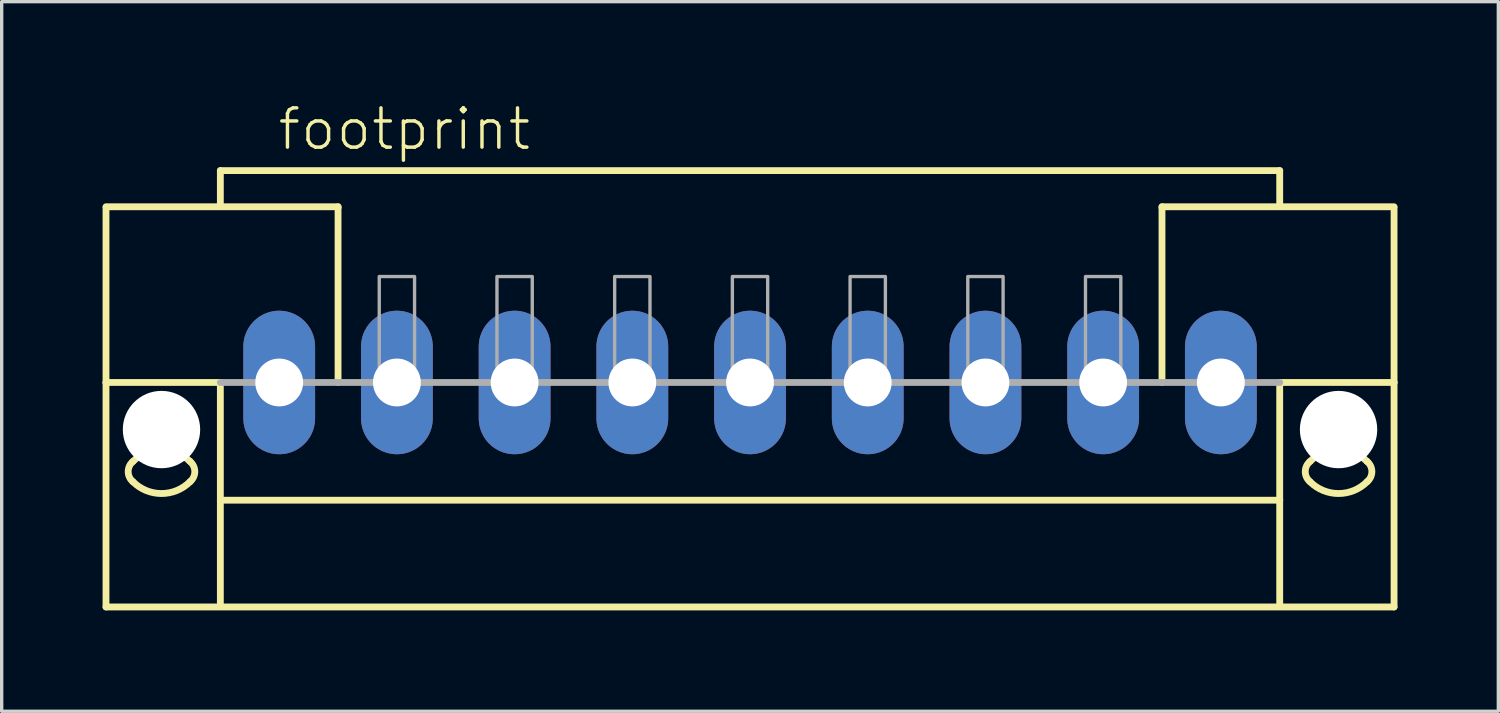
<source format=kicad_pcb>
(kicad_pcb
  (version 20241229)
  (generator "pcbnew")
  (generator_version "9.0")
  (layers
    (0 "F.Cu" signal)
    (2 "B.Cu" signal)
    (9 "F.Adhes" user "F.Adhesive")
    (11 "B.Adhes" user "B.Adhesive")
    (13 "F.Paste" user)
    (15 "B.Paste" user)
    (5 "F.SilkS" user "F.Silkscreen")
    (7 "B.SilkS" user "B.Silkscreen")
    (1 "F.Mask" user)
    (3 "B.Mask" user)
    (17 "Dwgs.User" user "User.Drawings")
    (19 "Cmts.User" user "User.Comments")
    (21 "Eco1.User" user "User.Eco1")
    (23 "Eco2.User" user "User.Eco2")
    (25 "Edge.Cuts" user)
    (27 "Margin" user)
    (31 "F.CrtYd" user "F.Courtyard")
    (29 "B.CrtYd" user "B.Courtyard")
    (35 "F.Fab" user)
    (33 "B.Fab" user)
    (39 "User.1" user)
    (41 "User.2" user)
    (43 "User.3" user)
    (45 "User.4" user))
  (footprint "footprint"
    (layer "F.Cu")
    (at 19.252 8.323)
    (property "Reference" "footprint" (at -14.1 -6.85 0) (layer "F.SilkS") (effects (font (size 1.168 1.168) (thickness 0.102)) (justify left bottom)))
    (fp_line (start -19.15 -5.225) (end -12.25 -5.225) (stroke (width 0.203) (type solid)) (layer "F.SilkS"))
    (fp_line (start -19.15 -5.2) (end -19.15 0) (stroke (width 0.203) (type solid)) (layer "F.SilkS"))
    (fp_line (start -19.15 0) (end -19.15 6.675) (stroke (width 0.203) (type solid)) (layer "F.SilkS"))
    (fp_line (start -19.15 0) (end -15.75 0) (stroke (width 0.203) (type solid)) (layer "F.SilkS"))
    (fp_line (start -19.15 6.675) (end 19.15 6.675) (stroke (width 0.203) (type solid)) (layer "F.SilkS"))
    (fp_line (start -15.75 -6.3) (end 15.75 -6.3) (stroke (width 0.203) (type solid)) (layer "F.SilkS"))
    (fp_line (start -15.75 -5.3) (end -15.75 -6.3) (stroke (width 0.203) (type solid)) (layer "F.SilkS"))
    (fp_line (start -15.75 0) (end -15.75 3.5) (stroke (width 0.203) (type solid)) (layer "F.SilkS"))
    (fp_line (start -15.75 3.5) (end 15.75 3.5) (stroke (width 0.203) (type solid)) (layer "F.SilkS"))
    (fp_line (start -15.75 6.65) (end -15.75 3.5) (stroke (width 0.203) (type solid)) (layer "F.SilkS"))
    (fp_line (start -12.25 -5.225) (end -12.25 -5.2) (stroke (width 0.203) (type solid)) (layer "F.SilkS"))
    (fp_line (start -12.25 -5.175) (end -12.25 0) (stroke (width 0.203) (type solid)) (layer "F.SilkS"))
    (fp_line (start 12.25 -5.225) (end 19.15 -5.225) (stroke (width 0.203) (type solid)) (layer "F.SilkS"))
    (fp_line (start 12.25 -5.2) (end 12.25 -5.225) (stroke (width 0.203) (type solid)) (layer "F.SilkS"))
    (fp_line (start 12.25 0) (end 12.25 -5.175) (stroke (width 0.203) (type solid)) (layer "F.SilkS"))
    (fp_line (start 15.75 -6.3) (end 15.75 -5.3) (stroke (width 0.203) (type solid)) (layer "F.SilkS"))
    (fp_line (start 15.75 3.5) (end 15.75 0) (stroke (width 0.203) (type solid)) (layer "F.SilkS"))
    (fp_line (start 15.75 6.65) (end 15.75 3.5) (stroke (width 0.203) (type solid)) (layer "F.SilkS"))
    (fp_line (start 19.15 0) (end 15.75 0) (stroke (width 0.203) (type solid)) (layer "F.SilkS"))
    (fp_line (start 19.15 0) (end 19.15 -5.2) (stroke (width 0.203) (type solid)) (layer "F.SilkS"))
    (fp_line (start 19.15 6.675) (end 19.15 0) (stroke (width 0.203) (type solid)) (layer "F.SilkS"))
    (fp_arc (start -18.35 2.35) (mid -17.5 1.997918) (end -16.65 2.35) (stroke (width 0.2032) (type solid)) (layer "F.SilkS"))
    (fp_arc (start -18.35 2.95) (mid -18.490512 2.65) (end -18.35 2.35) (stroke (width 0.2032) (type solid)) (layer "F.SilkS"))
    (fp_arc (start -16.65 2.95) (mid -17.5 3.302082) (end -18.35 2.95) (stroke (width 0.2032) (type solid)) (layer "F.SilkS"))
    (fp_arc (start -16.649999 2.350001) (mid -16.509487 2.650001) (end -16.65 2.95) (stroke (width 0.2032) (type solid)) (layer "F.SilkS"))
    (fp_arc (start 16.649999 2.949999) (mid 16.509487 2.649999) (end 16.65 2.35) (stroke (width 0.2032) (type solid)) (layer "F.SilkS"))
    (fp_arc (start 16.65 2.35) (mid 17.5 1.997918) (end 18.35 2.35) (stroke (width 0.2032) (type solid)) (layer "F.SilkS"))
    (fp_arc (start 18.35 2.35) (mid 18.490512 2.65) (end 18.35 2.95) (stroke (width 0.2032) (type solid)) (layer "F.SilkS"))
    (fp_arc (start 18.35 2.95) (mid 17.5 3.302082) (end 16.65 2.95) (stroke (width 0.2032) (type solid)) (layer "F.SilkS"))
    (fp_line (start 15.75 0) (end -15.75 0) (stroke (width 0.203) (type solid)) (layer "F.Fab"))
    (fp_poly (pts (xy -11.025 0) (xy -9.975 0) (xy -9.975 -3.15) (xy -11.025 -3.15)) (stroke (width 0.1) (type solid)) (fill no) (layer "F.Fab"))
    (fp_poly (pts (xy -7.525 0) (xy -6.475 0) (xy -6.475 -3.15) (xy -7.525 -3.15)) (stroke (width 0.1) (type solid)) (fill no) (layer "F.Fab"))
    (fp_poly (pts (xy -4.025 0) (xy -2.975 0) (xy -2.975 -3.15) (xy -4.025 -3.15)) (stroke (width 0.1) (type solid)) (fill no) (layer "F.Fab"))
    (fp_poly (pts (xy -0.525 0) (xy 0.525 0) (xy 0.525 -3.15) (xy -0.525 -3.15)) (stroke (width 0.1) (type solid)) (fill no) (layer "F.Fab"))
    (fp_poly (pts (xy 2.975 0) (xy 4.025 0) (xy 4.025 -3.15) (xy 2.975 -3.15)) (stroke (width 0.1) (type solid)) (fill no) (layer "F.Fab"))
    (fp_poly (pts (xy 6.475 0) (xy 7.525 0) (xy 7.525 -3.15) (xy 6.475 -3.15)) (stroke (width 0.1) (type solid)) (fill no) (layer "F.Fab"))
    (fp_poly (pts (xy 9.975 0) (xy 11.025 0) (xy 11.025 -3.15) (xy 9.975 -3.15)) (stroke (width 0.1) (type solid)) (fill no) (layer "F.Fab"))
    (pad "" np_thru_hole circle (at -17.5 1.4) (size 2.3 2.3) (drill 2.3) (layers "*.Cu" "*.Mask"))
    (pad "" np_thru_hole circle (at 17.5 1.4) (size 2.3 2.3) (drill 2.3) (layers "*.Cu" "*.Mask"))
    (pad "1" thru_hole oval (at -14 0 90) (size 4.267 2.134) (drill 1.422) (layers "*.Cu" "*.Mask"))
    (pad "2" thru_hole oval (at -10.5 0 90) (size 4.267 2.134) (drill 1.422) (layers "*.Cu" "*.Mask"))
    (pad "3" thru_hole oval (at -7 0 90) (size 4.267 2.134) (drill 1.422) (layers "*.Cu" "*.Mask"))
    (pad "4" thru_hole oval (at -3.5 0 90) (size 4.267 2.134) (drill 1.422) (layers "*.Cu" "*.Mask"))
    (pad "5" thru_hole oval (at 0 0 90) (size 4.267 2.134) (drill 1.422) (layers "*.Cu" "*.Mask"))
    (pad "6" thru_hole oval (at 3.5 0 90) (size 4.267 2.134) (drill 1.422) (layers "*.Cu" "*.Mask"))
    (pad "7" thru_hole oval (at 7 0 90) (size 4.267 2.134) (drill 1.422) (layers "*.Cu" "*.Mask"))
    (pad "8" thru_hole oval (at 10.5 0 90) (size 4.267 2.134) (drill 1.422) (layers "*.Cu" "*.Mask"))
    (pad "9" thru_hole oval (at 14 0 90) (size 4.267 2.134) (drill 1.422) (layers "*.Cu" "*.Mask")))
  (gr_rect
    (start -3 -3)
    (end 41.503 18.1)
    (stroke (width 0.1) (type default))
    (fill no)
    (layer "Edge.Cuts")))
</source>
